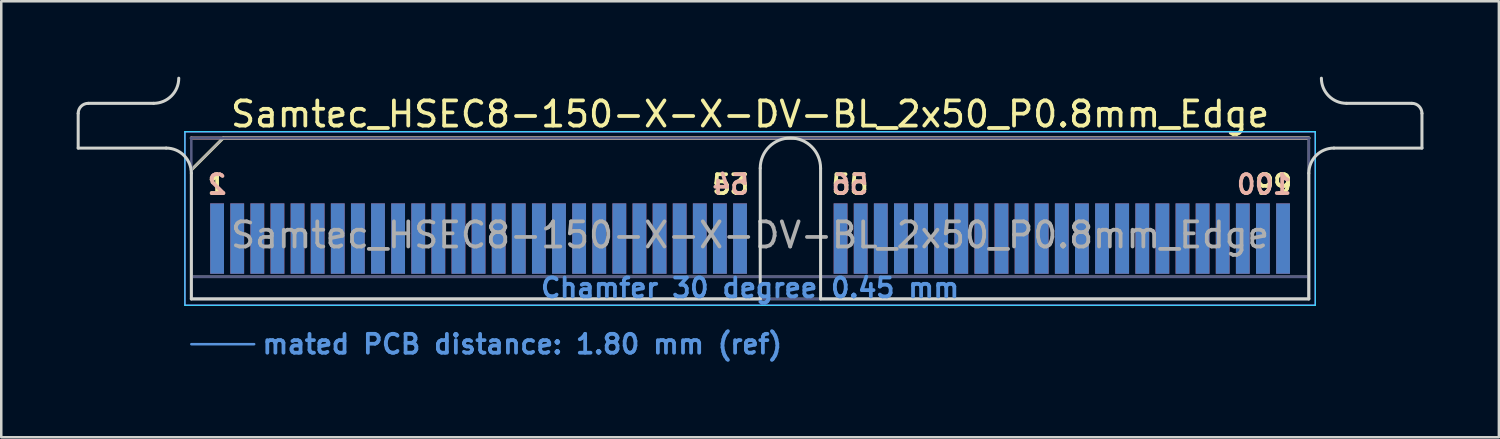
<source format=kicad_pcb>
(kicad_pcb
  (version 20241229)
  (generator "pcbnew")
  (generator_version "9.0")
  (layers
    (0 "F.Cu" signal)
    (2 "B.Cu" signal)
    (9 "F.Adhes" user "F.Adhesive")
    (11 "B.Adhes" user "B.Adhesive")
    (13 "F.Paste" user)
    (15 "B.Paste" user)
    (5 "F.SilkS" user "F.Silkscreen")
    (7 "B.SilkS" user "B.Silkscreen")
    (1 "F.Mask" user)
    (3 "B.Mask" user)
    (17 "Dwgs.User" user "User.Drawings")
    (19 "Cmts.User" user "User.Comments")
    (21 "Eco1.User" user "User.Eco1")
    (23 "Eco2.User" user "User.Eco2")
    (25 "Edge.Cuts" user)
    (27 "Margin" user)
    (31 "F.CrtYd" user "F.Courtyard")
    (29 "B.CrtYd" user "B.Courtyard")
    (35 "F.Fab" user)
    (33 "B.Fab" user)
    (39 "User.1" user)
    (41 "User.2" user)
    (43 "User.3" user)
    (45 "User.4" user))
  (footprint "Samtec_HSEC8-150-X-X-DV-BL_2x50_P0.8mm_Edge"
    (layer "F.Cu")
    (at 26.785 8.84)
    (property "Reference" "Samtec_HSEC8-150-X-X-DV-BL_2x50_P0.8mm_Edge" (at 0 -7.35 0) (layer "F.SilkS") (effects (font (size 1 1) (thickness 0.15))))
    (attr exclude_from_pos_files exclude_from_bom)
    (fp_line (start -22.225 -5.13) (end -20.955 -6.4) (stroke (width 0.12) (type solid)) (layer "F.SilkS"))
    (fp_line (start -20.955 -6.4) (end 22.225 -6.4) (stroke (width 0.12) (type solid)) (layer "F.SilkS"))
    (fp_line (start -22.225 -6.4) (end -22.225 -6.4) (stroke (width 0.12) (type solid)) (layer "B.SilkS"))
    (fp_line (start -22.225 -6.4) (end 22.225 -6.4) (stroke (width 0.12) (type solid)) (layer "B.SilkS"))
    (fp_line (start -22.225 1.8) (end -19.725 1.8) (stroke (width 0.1) (type solid)) (layer "Cmts.User"))
    (fp_line (start -26.725 -6) (end -26.725 -7.38) (stroke (width 0.12) (type solid)) (layer "Edge.Cuts"))
    (fp_line (start -26.325 -7.78) (end -23.725 -7.78) (stroke (width 0.12) (type solid)) (layer "Edge.Cuts"))
    (fp_line (start -23.225 -6) (end -26.725 -6) (stroke (width 0.12) (type solid)) (layer "Edge.Cuts"))
    (fp_line (start -22.225 -5) (end -22.225 0) (stroke (width 0.12) (type solid)) (layer "Edge.Cuts"))
    (fp_line (start -22.225 0) (end 0.405 0) (stroke (width 0.12) (type solid)) (layer "Edge.Cuts"))
    (fp_line (start 0.405 0) (end 0.405 -5.2) (stroke (width 0.12) (type solid)) (layer "Edge.Cuts"))
    (fp_line (start 2.805 -5.2) (end 2.805 0) (stroke (width 0.12) (type solid)) (layer "Edge.Cuts"))
    (fp_line (start 2.805 0) (end 22.225 0) (stroke (width 0.12) (type solid)) (layer "Edge.Cuts"))
    (fp_line (start 22.225 0) (end 22.225 -5) (stroke (width 0.12) (type solid)) (layer "Edge.Cuts"))
    (fp_line (start 23.225 -6) (end 26.725 -6) (stroke (width 0.12) (type solid)) (layer "Edge.Cuts"))
    (fp_line (start 26.325 -7.78) (end 23.725 -7.78) (stroke (width 0.12) (type solid)) (layer "Edge.Cuts"))
    (fp_line (start 26.725 -6) (end 26.725 -7.38) (stroke (width 0.12) (type solid)) (layer "Edge.Cuts"))
    (fp_arc (start -26.725 -7.38) (mid -26.607843 -7.662843) (end -26.325 -7.78) (stroke (width 0.12) (type solid)) (layer "Edge.Cuts"))
    (fp_arc (start -23.225 -6) (mid -22.517893 -5.707107) (end -22.225 -5) (stroke (width 0.12) (type solid)) (layer "Edge.Cuts"))
    (fp_arc (start -22.725 -8.78) (mid -23.017893 -8.072893) (end -23.725 -7.78) (stroke (width 0.12) (type solid)) (layer "Edge.Cuts"))
    (fp_arc (start 0.405 -5.2) (mid 1.605 -6.4) (end 2.805 -5.2) (stroke (width 0.12) (type solid)) (layer "Edge.Cuts"))
    (fp_arc (start 22.225 -5) (mid 22.517893 -5.707107) (end 23.225 -6) (stroke (width 0.12) (type solid)) (layer "Edge.Cuts"))
    (fp_arc (start 23.725 -7.78) (mid 23.017893 -8.072893) (end 22.725 -8.78) (stroke (width 0.12) (type solid)) (layer "Edge.Cuts"))
    (fp_arc (start 26.325 -7.78) (mid 26.607843 -7.662843) (end 26.725 -7.38) (stroke (width 0.12) (type solid)) (layer "Edge.Cuts"))
    (fp_line (start -22.48 -6.65) (end -22.48 0.25) (stroke (width 0.05) (type solid)) (layer "B.CrtYd"))
    (fp_line (start -22.48 0.25) (end 22.48 0.25) (stroke (width 0.05) (type solid)) (layer "B.CrtYd"))
    (fp_line (start 22.48 -6.65) (end -22.48 -6.65) (stroke (width 0.05) (type solid)) (layer "B.CrtYd"))
    (fp_line (start 22.48 0.25) (end 22.48 -6.65) (stroke (width 0.05) (type solid)) (layer "B.CrtYd"))
    (fp_line (start -22.48 -6.65) (end -22.48 0.25) (stroke (width 0.05) (type solid)) (layer "F.CrtYd"))
    (fp_line (start -22.48 0.25) (end 22.48 0.25) (stroke (width 0.05) (type solid)) (layer "F.CrtYd"))
    (fp_line (start 22.48 -6.65) (end -22.48 -6.65) (stroke (width 0.05) (type solid)) (layer "F.CrtYd"))
    (fp_line (start 22.48 0.25) (end 22.48 -6.65) (stroke (width 0.05) (type solid)) (layer "F.CrtYd"))
    (fp_line (start -22.225 -6.4) (end -22.225 -6.4) (stroke (width 0.1) (type solid)) (layer "B.Fab"))
    (fp_line (start -22.225 -6.4) (end -22.225 0) (stroke (width 0.1) (type solid)) (layer "B.Fab"))
    (fp_line (start -22.225 -6.4) (end 22.225 -6.4) (stroke (width 0.1) (type solid)) (layer "B.Fab"))
    (fp_line (start -22.225 -0.88) (end 22.225 -0.88) (stroke (width 0.1) (type solid)) (layer "B.Fab"))
    (fp_line (start -22.225 0) (end 22.225 0) (stroke (width 0.1) (type solid)) (layer "B.Fab"))
    (fp_line (start 22.225 -6.4) (end 22.225 0) (stroke (width 0.1) (type solid)) (layer "B.Fab"))
    (fp_line (start -22.225 -5.13) (end -22.225 0) (stroke (width 0.1) (type solid)) (layer "F.Fab"))
    (fp_line (start -22.225 -5.13) (end -20.955 -6.4) (stroke (width 0.1) (type solid)) (layer "F.Fab"))
    (fp_line (start -22.225 -0.88) (end 22.225 -0.88) (stroke (width 0.1) (type solid)) (layer "F.Fab"))
    (fp_line (start -22.225 0) (end 22.225 0) (stroke (width 0.1) (type solid)) (layer "F.Fab"))
    (fp_line (start -20.955 -6.4) (end 22.225 -6.4) (stroke (width 0.1) (type solid)) (layer "F.Fab"))
    (fp_line (start 22.225 -6.4) (end 22.225 0) (stroke (width 0.1) (type solid)) (layer "F.Fab"))
    (fp_text user "53" (at -0.775 -4.55 0) (layer "F.SilkS") (effects (font (size 0.75 0.75) (thickness 0.15))))
    (fp_text user "1" (at -21.2 -4.55 0) (layer "F.SilkS") (effects (font (size 0.75 0.75) (thickness 0.15))))
    (fp_text user "55" (at 3.975 -4.55 0) (layer "F.SilkS") (effects (font (size 0.75 0.75) (thickness 0.15))))
    (fp_text user "99" (at 20.825 -4.55 0) (layer "F.SilkS") (effects (font (size 0.75 0.75) (thickness 0.15))))
    (fp_text user "56" (at 3.975 -4.55 0) (layer "B.SilkS") (effects (font (size 0.75 0.75) (thickness 0.15)) (justify mirror)))
    (fp_text user "100" (at 20.45 -4.55 0) (layer "B.SilkS") (effects (font (size 0.75 0.75) (thickness 0.15)) (justify mirror)))
    (fp_text user "54" (at -0.775 -4.55 0) (layer "B.SilkS") (effects (font (size 0.75 0.75) (thickness 0.15)) (justify mirror)))
    (fp_text user "2" (at -21.2 -4.55 0) (layer "B.SilkS") (effects (font (size 0.75 0.75) (thickness 0.15)) (justify mirror)))
    (fp_text user "mated PCB distance: 1.80 mm (ref)" (at -19.48 1.8 0) (layer "Cmts.User") (effects (font (size 0.75 0.75) (thickness 0.15)) (justify left)))
    (fp_text user "Chamfer 30 degree 0.45 mm" (at 0 -0.44 0) (layer "Cmts.User") (effects (font (size 0.75 0.75) (thickness 0.15))))
    (fp_text user "${REFERENCE}" (at 0 -2.54 0) (layer "F.Fab") (effects (font (size 1 1) (thickness 0.15))))
    (pad "1" connect rect (at -21.2 -2.4) (size 0.55 2.8) (layers "F.Cu" "F.Mask"))
    (pad "2" connect rect (at -21.2 -2.4) (size 0.55 2.8) (layers "B.Cu" "B.Mask"))
    (pad "3" connect rect (at -20.4 -2.4) (size 0.55 2.8) (layers "F.Cu" "F.Mask"))
    (pad "4" connect rect (at -20.4 -2.4) (size 0.55 2.8) (layers "B.Cu" "B.Mask"))
    (pad "5" connect rect (at -19.6 -2.4) (size 0.55 2.8) (layers "F.Cu" "F.Mask"))
    (pad "6" connect rect (at -19.6 -2.4) (size 0.55 2.8) (layers "B.Cu" "B.Mask"))
    (pad "7" connect rect (at -18.8 -2.4) (size 0.55 2.8) (layers "F.Cu" "F.Mask"))
    (pad "8" connect rect (at -18.8 -2.4) (size 0.55 2.8) (layers "B.Cu" "B.Mask"))
    (pad "9" connect rect (at -18 -2.4) (size 0.55 2.8) (layers "F.Cu" "F.Mask"))
    (pad "10" connect rect (at -18 -2.4) (size 0.55 2.8) (layers "B.Cu" "B.Mask"))
    (pad "11" connect rect (at -17.2 -2.4) (size 0.55 2.8) (layers "F.Cu" "F.Mask"))
    (pad "12" connect rect (at -17.2 -2.4) (size 0.55 2.8) (layers "B.Cu" "B.Mask"))
    (pad "13" connect rect (at -16.4 -2.4) (size 0.55 2.8) (layers "F.Cu" "F.Mask"))
    (pad "14" connect rect (at -16.4 -2.4) (size 0.55 2.8) (layers "B.Cu" "B.Mask"))
    (pad "15" connect rect (at -15.6 -2.4) (size 0.55 2.8) (layers "F.Cu" "F.Mask"))
    (pad "16" connect rect (at -15.6 -2.4) (size 0.55 2.8) (layers "B.Cu" "B.Mask"))
    (pad "17" connect rect (at -14.8 -2.4) (size 0.55 2.8) (layers "F.Cu" "F.Mask"))
    (pad "18" connect rect (at -14.8 -2.4) (size 0.55 2.8) (layers "B.Cu" "B.Mask"))
    (pad "19" connect rect (at -14 -2.4) (size 0.55 2.8) (layers "F.Cu" "F.Mask"))
    (pad "20" connect rect (at -14 -2.4) (size 0.55 2.8) (layers "B.Cu" "B.Mask"))
    (pad "21" connect rect (at -13.2 -2.4) (size 0.55 2.8) (layers "F.Cu" "F.Mask"))
    (pad "22" connect rect (at -13.2 -2.4) (size 0.55 2.8) (layers "B.Cu" "B.Mask"))
    (pad "23" connect rect (at -12.4 -2.4) (size 0.55 2.8) (layers "F.Cu" "F.Mask"))
    (pad "24" connect rect (at -12.4 -2.4) (size 0.55 2.8) (layers "B.Cu" "B.Mask"))
    (pad "25" connect rect (at -11.6 -2.4) (size 0.55 2.8) (layers "F.Cu" "F.Mask"))
    (pad "26" connect rect (at -11.6 -2.4) (size 0.55 2.8) (layers "B.Cu" "B.Mask"))
    (pad "27" connect rect (at -10.8 -2.4) (size 0.55 2.8) (layers "F.Cu" "F.Mask"))
    (pad "28" connect rect (at -10.8 -2.4) (size 0.55 2.8) (layers "B.Cu" "B.Mask"))
    (pad "29" connect rect (at -10 -2.4) (size 0.55 2.8) (layers "F.Cu" "F.Mask"))
    (pad "30" connect rect (at -10 -2.4) (size 0.55 2.8) (layers "B.Cu" "B.Mask"))
    (pad "31" connect rect (at -9.2 -2.4) (size 0.55 2.8) (layers "F.Cu" "F.Mask"))
    (pad "32" connect rect (at -9.2 -2.4) (size 0.55 2.8) (layers "B.Cu" "B.Mask"))
    (pad "33" connect rect (at -8.4 -2.4) (size 0.55 2.8) (layers "F.Cu" "F.Mask"))
    (pad "34" connect rect (at -8.4 -2.4) (size 0.55 2.8) (layers "B.Cu" "B.Mask"))
    (pad "35" connect rect (at -7.6 -2.4) (size 0.55 2.8) (layers "F.Cu" "F.Mask"))
    (pad "36" connect rect (at -7.6 -2.4) (size 0.55 2.8) (layers "B.Cu" "B.Mask"))
    (pad "37" connect rect (at -6.8 -2.4) (size 0.55 2.8) (layers "F.Cu" "F.Mask"))
    (pad "38" connect rect (at -6.8 -2.4) (size 0.55 2.8) (layers "B.Cu" "B.Mask"))
    (pad "39" connect rect (at -6 -2.4) (size 0.55 2.8) (layers "F.Cu" "F.Mask"))
    (pad "40" connect rect (at -6 -2.4) (size 0.55 2.8) (layers "B.Cu" "B.Mask"))
    (pad "41" connect rect (at -5.2 -2.4) (size 0.55 2.8) (layers "F.Cu" "F.Mask"))
    (pad "42" connect rect (at -5.2 -2.4) (size 0.55 2.8) (layers "B.Cu" "B.Mask"))
    (pad "43" connect rect (at -4.4 -2.4) (size 0.55 2.8) (layers "F.Cu" "F.Mask"))
    (pad "44" connect rect (at -4.4 -2.4) (size 0.55 2.8) (layers "B.Cu" "B.Mask"))
    (pad "45" connect rect (at -3.6 -2.4) (size 0.55 2.8) (layers "F.Cu" "F.Mask"))
    (pad "46" connect rect (at -3.6 -2.4) (size 0.55 2.8) (layers "B.Cu" "B.Mask"))
    (pad "47" connect rect (at -2.8 -2.4) (size 0.55 2.8) (layers "F.Cu" "F.Mask"))
    (pad "48" connect rect (at -2.8 -2.4) (size 0.55 2.8) (layers "B.Cu" "B.Mask"))
    (pad "49" connect rect (at -2 -2.4) (size 0.55 2.8) (layers "F.Cu" "F.Mask"))
    (pad "50" connect rect (at -2 -2.4) (size 0.55 2.8) (layers "B.Cu" "B.Mask"))
    (pad "51" connect rect (at -1.2 -2.4) (size 0.55 2.8) (layers "F.Cu" "F.Mask"))
    (pad "52" connect rect (at -1.2 -2.4) (size 0.55 2.8) (layers "B.Cu" "B.Mask"))
    (pad "53" connect rect (at -0.4 -2.4) (size 0.55 2.8) (layers "F.Cu" "F.Mask"))
    (pad "54" connect rect (at -0.4 -2.4) (size 0.55 2.8) (layers "B.Cu" "B.Mask"))
    (pad "55" connect rect (at 3.6 -2.4) (size 0.55 2.8) (layers "F.Cu" "F.Mask"))
    (pad "56" connect rect (at 3.6 -2.4) (size 0.55 2.8) (layers "B.Cu" "B.Mask"))
    (pad "57" connect rect (at 4.4 -2.4) (size 0.55 2.8) (layers "F.Cu" "F.Mask"))
    (pad "58" connect rect (at 4.4 -2.4) (size 0.55 2.8) (layers "B.Cu" "B.Mask"))
    (pad "59" connect rect (at 5.2 -2.4) (size 0.55 2.8) (layers "F.Cu" "F.Mask"))
    (pad "60" connect rect (at 5.2 -2.4) (size 0.55 2.8) (layers "B.Cu" "B.Mask"))
    (pad "61" connect rect (at 6 -2.4) (size 0.55 2.8) (layers "F.Cu" "F.Mask"))
    (pad "62" connect rect (at 6 -2.4) (size 0.55 2.8) (layers "B.Cu" "B.Mask"))
    (pad "63" connect rect (at 6.8 -2.4) (size 0.55 2.8) (layers "F.Cu" "F.Mask"))
    (pad "64" connect rect (at 6.8 -2.4) (size 0.55 2.8) (layers "B.Cu" "B.Mask"))
    (pad "65" connect rect (at 7.6 -2.4) (size 0.55 2.8) (layers "F.Cu" "F.Mask"))
    (pad "66" connect rect (at 7.6 -2.4) (size 0.55 2.8) (layers "B.Cu" "B.Mask"))
    (pad "67" connect rect (at 8.4 -2.4) (size 0.55 2.8) (layers "F.Cu" "F.Mask"))
    (pad "68" connect rect (at 8.4 -2.4) (size 0.55 2.8) (layers "B.Cu" "B.Mask"))
    (pad "69" connect rect (at 9.2 -2.4) (size 0.55 2.8) (layers "F.Cu" "F.Mask"))
    (pad "70" connect rect (at 9.2 -2.4) (size 0.55 2.8) (layers "B.Cu" "B.Mask"))
    (pad "71" connect rect (at 10 -2.4) (size 0.55 2.8) (layers "F.Cu" "F.Mask"))
    (pad "72" connect rect (at 10 -2.4) (size 0.55 2.8) (layers "B.Cu" "B.Mask"))
    (pad "73" connect rect (at 10.8 -2.4) (size 0.55 2.8) (layers "F.Cu" "F.Mask"))
    (pad "74" connect rect (at 10.8 -2.4) (size 0.55 2.8) (layers "B.Cu" "B.Mask"))
    (pad "75" connect rect (at 11.6 -2.4) (size 0.55 2.8) (layers "F.Cu" "F.Mask"))
    (pad "76" connect rect (at 11.6 -2.4) (size 0.55 2.8) (layers "B.Cu" "B.Mask"))
    (pad "77" connect rect (at 12.4 -2.4) (size 0.55 2.8) (layers "F.Cu" "F.Mask"))
    (pad "78" connect rect (at 12.4 -2.4) (size 0.55 2.8) (layers "B.Cu" "B.Mask"))
    (pad "79" connect rect (at 13.2 -2.4) (size 0.55 2.8) (layers "F.Cu" "F.Mask"))
    (pad "80" connect rect (at 13.2 -2.4) (size 0.55 2.8) (layers "B.Cu" "B.Mask"))
    (pad "81" connect rect (at 14 -2.4) (size 0.55 2.8) (layers "F.Cu" "F.Mask"))
    (pad "82" connect rect (at 14 -2.4) (size 0.55 2.8) (layers "B.Cu" "B.Mask"))
    (pad "83" connect rect (at 14.8 -2.4) (size 0.55 2.8) (layers "F.Cu" "F.Mask"))
    (pad "84" connect rect (at 14.8 -2.4) (size 0.55 2.8) (layers "B.Cu" "B.Mask"))
    (pad "85" connect rect (at 15.6 -2.4) (size 0.55 2.8) (layers "F.Cu" "F.Mask"))
    (pad "86" connect rect (at 15.6 -2.4) (size 0.55 2.8) (layers "B.Cu" "B.Mask"))
    (pad "87" connect rect (at 16.4 -2.4) (size 0.55 2.8) (layers "F.Cu" "F.Mask"))
    (pad "88" connect rect (at 16.4 -2.4) (size 0.55 2.8) (layers "B.Cu" "B.Mask"))
    (pad "89" connect rect (at 17.2 -2.4) (size 0.55 2.8) (layers "F.Cu" "F.Mask"))
    (pad "90" connect rect (at 17.2 -2.4) (size 0.55 2.8) (layers "B.Cu" "B.Mask"))
    (pad "91" connect rect (at 18 -2.4) (size 0.55 2.8) (layers "F.Cu" "F.Mask"))
    (pad "92" connect rect (at 18 -2.4) (size 0.55 2.8) (layers "B.Cu" "B.Mask"))
    (pad "93" connect rect (at 18.8 -2.4) (size 0.55 2.8) (layers "F.Cu" "F.Mask"))
    (pad "94" connect rect (at 18.8 -2.4) (size 0.55 2.8) (layers "B.Cu" "B.Mask"))
    (pad "95" connect rect (at 19.6 -2.4) (size 0.55 2.8) (layers "F.Cu" "F.Mask"))
    (pad "96" connect rect (at 19.6 -2.4) (size 0.55 2.8) (layers "B.Cu" "B.Mask"))
    (pad "97" connect rect (at 20.4 -2.4) (size 0.55 2.8) (layers "F.Cu" "F.Mask"))
    (pad "98" connect rect (at 20.4 -2.4) (size 0.55 2.8) (layers "B.Cu" "B.Mask"))
    (pad "99" connect rect (at 21.2 -2.4) (size 0.55 2.8) (layers "F.Cu" "F.Mask"))
    (pad "100" connect rect (at 21.2 -2.4) (size 0.55 2.8) (layers "B.Cu" "B.Mask")))
  (gr_rect
    (start -3 -3)
    (end 56.57 14.342)
    (stroke (width 0.1) (type default))
    (fill no)
    (layer "Edge.Cuts")))
</source>
